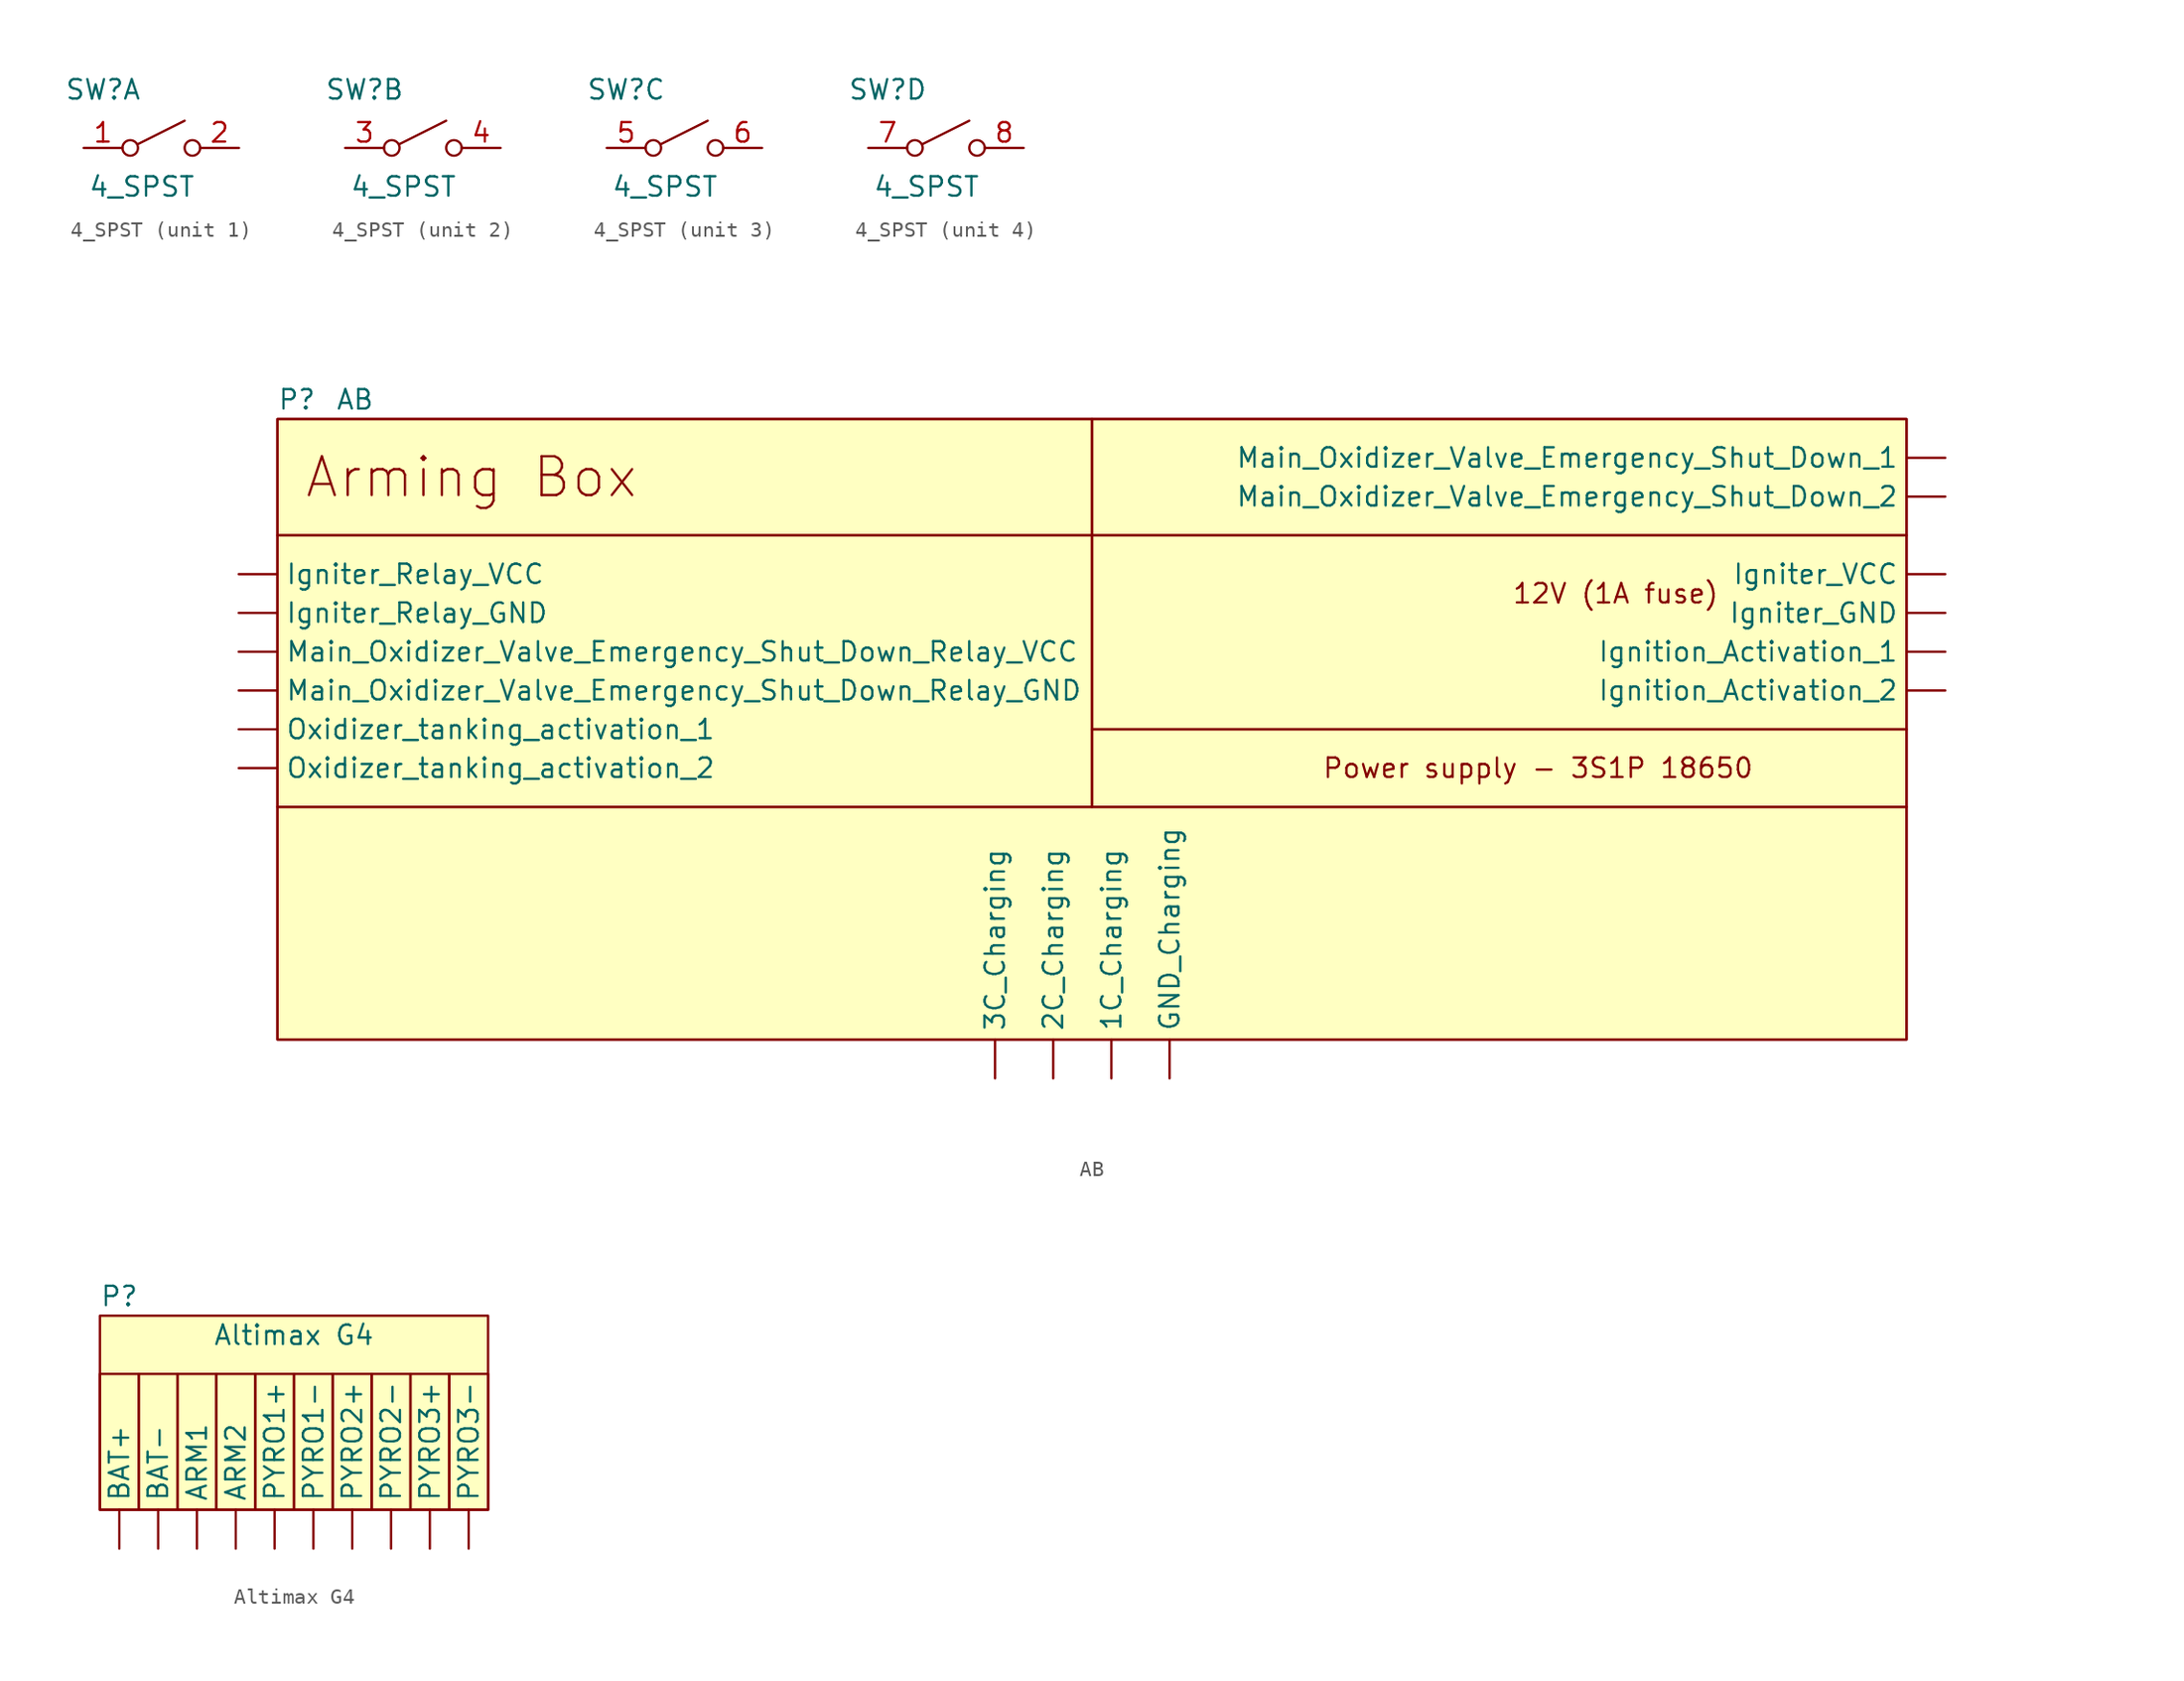
<source format=kicad_sym>
(kicad_symbol_lib
  (version 20211014)
  (generator kicad_symbol_editor)
  (symbol "4_SPST"
    (property "Reference" "SW"
      (at -3.81 3.81 0)
      (effects (font (size 1.27 1.27))))
    (property "Value" "4_SPST"
      (at -1.27 -2.54 0)
      (effects (font (size 1.27 1.27))))
    (symbol "4_SPST_0_0"
      (circle (center -2.032 0) (radius 0.508) (stroke (width 0) (type default) (color 0 0 0 0)) (fill (type none)))
      (polyline (pts (xy -1.524 0.254) (xy 1.524 1.778)) (stroke (width 0) (type default) (color 0 0 0 0)) (fill (type none)))
      (circle (center 2.032 0) (radius 0.508) (stroke (width 0) (type default) (color 0 0 0 0)) (fill (type none))))
    (symbol "4_SPST_1_1"
      (pin passive line (at -5.08 0 0) (length 2.54) (name "~" (effects (font (size 1.27 1.27)))) (number "1" (effects (font (size 1.27 1.27)))))
      (pin passive line (at 5.08 0 180) (length 2.54) (name "~" (effects (font (size 1.27 1.27)))) (number "2" (effects (font (size 1.27 1.27))))))
    (symbol "4_SPST_2_1"
      (pin passive line (at -5.08 0 0) (length 2.54) (name "~" (effects (font (size 1.27 1.27)))) (number "3" (effects (font (size 1.27 1.27)))))
      (pin passive line (at 5.08 0 180) (length 2.54) (name "~" (effects (font (size 1.27 1.27)))) (number "4" (effects (font (size 1.27 1.27))))))
    (symbol "4_SPST_3_1"
      (pin passive line (at -5.08 0 0) (length 2.54) (name "~" (effects (font (size 1.27 1.27)))) (number "5" (effects (font (size 1.27 1.27)))))
      (pin passive line (at 5.08 0 180) (length 2.54) (name "~" (effects (font (size 1.27 1.27)))) (number "6" (effects (font (size 1.27 1.27))))))
    (symbol "4_SPST_4_1"
      (pin passive line (at -5.08 0 0) (length 2.54) (name "~" (effects (font (size 1.27 1.27)))) (number "7" (effects (font (size 1.27 1.27)))))
      (pin passive line (at 5.08 0 180) (length 2.54) (name "~" (effects (font (size 1.27 1.27)))) (number "8" (effects (font (size 1.27 1.27)))))))
  (symbol "AB"
    (property "Reference" "P"
      (at -52.07 21.59 0)
      (effects (font (size 1.27 1.27))))
    (property "Value" "AB"
      (at -48.26 21.59 0)
      (effects (font (size 1.27 1.27))))
    (symbol "AB_0_0"
      (rectangle (start -53.34 -5.08) (end 53.34 -20.32) (stroke (width 0) (type default) (color 0 0 0 0)) (fill (type none)))
      (rectangle (start 0 0) (end 53.34 -5.08) (stroke (width 0) (type default) (color 0 0 0 0)) (fill (type none)))
      (text "12V (1A fuse)" (at 34.29 8.89 0) (effects (font (size 1.27 1.27))))
      (text "Arming Box" (at -40.64 16.51 0) (effects (font (size 2.54 2.54))))
      (text "Power supply - 3S1P 18650" (at 29.21 -2.54 0) (effects (font (size 1.27 1.27)))))
    (symbol "AB_0_1"
      (rectangle (start -53.34 12.7) (end 0 -5.08) (stroke (width 0) (type default) (color 0 0 0 0)) (fill (type none)))
      (rectangle (start -53.34 20.32) (end 0 12.7) (stroke (width 0) (type default) (color 0 0 0 0)) (fill (type none)))
      (rectangle (start -53.34 20.32) (end 53.34 -20.32) (stroke (width 0) (type default) (color 0 0 0 0)) (fill (type background)))
      (rectangle (start 0 12.7) (end 53.34 0) (stroke (width 0) (type default) (color 0 0 0 0)) (fill (type none)))
      (rectangle (start 0 20.32) (end 53.34 12.7) (stroke (width 0) (type default) (color 0 0 0 0)) (fill (type background))))
    (symbol "AB_1_1"
      (pin power_in line (at 1.27 -22.86 90) (length 2.54) (name "1C_Charging" (effects (font (size 1.27 1.27)))) (number "" (effects (font (size 1.27 1.27)))))
      (pin power_in line (at -2.54 -22.86 90) (length 2.54) (name "2C_Charging" (effects (font (size 1.27 1.27)))) (number "" (effects (font (size 1.27 1.27)))))
      (pin power_in line (at -6.35 -22.86 90) (length 2.54) (name "3C_Charging" (effects (font (size 1.27 1.27)))) (number "" (effects (font (size 1.27 1.27)))))
      (pin power_in line (at 5.08 -22.86 90) (length 2.54) (name "GND_Charging" (effects (font (size 1.27 1.27)))) (number "" (effects (font (size 1.27 1.27)))))
      (pin power_out line (at 55.88 7.62 180) (length 2.54) (name "Igniter_GND" (effects (font (size 1.27 1.27)))) (number "" (effects (font (size 1.27 1.27)))))
      (pin power_in line (at -55.88 7.62 0) (length 2.54) (name "Igniter_Relay_GND" (effects (font (size 1.27 1.27)))) (number "" (effects (font (size 1.27 1.27)))))
      (pin power_in line (at -55.88 10.16 0) (length 2.54) (name "Igniter_Relay_VCC" (effects (font (size 1.27 1.27)))) (number "" (effects (font (size 1.27 1.27)))))
      (pin power_out line (at 55.88 10.16 180) (length 2.54) (name "Igniter_VCC" (effects (font (size 1.27 1.27)))) (number "" (effects (font (size 1.27 1.27)))))
      (pin output line (at 55.88 5.08 180) (length 2.54) (name "Ignition_Activation_1" (effects (font (size 1.27 1.27)))) (number "" (effects (font (size 1.27 1.27)))))
      (pin output line (at 55.88 2.54 180) (length 2.54) (name "Ignition_Activation_2" (effects (font (size 1.27 1.27)))) (number "" (effects (font (size 1.27 1.27)))))
      (pin output line (at 55.88 17.78 180) (length 2.54) (name "Main_Oxidizer_Valve_Emergency_Shut_Down_1" (effects (font (size 1.27 1.27)))) (number "" (effects (font (size 1.27 1.27)))))
      (pin output line (at 55.88 15.24 180) (length 2.54) (name "Main_Oxidizer_Valve_Emergency_Shut_Down_2" (effects (font (size 1.27 1.27)))) (number "" (effects (font (size 1.27 1.27)))))
      (pin power_in line (at -55.88 2.54 0) (length 2.54) (name "Main_Oxidizer_Valve_Emergency_Shut_Down_Relay_GND" (effects (font (size 1.27 1.27)))) (number "" (effects (font (size 1.27 1.27)))))
      (pin power_in line (at -55.88 5.08 0) (length 2.54) (name "Main_Oxidizer_Valve_Emergency_Shut_Down_Relay_VCC" (effects (font (size 1.27 1.27)))) (number "" (effects (font (size 1.27 1.27)))))
      (pin output line (at -55.88 0 0) (length 2.54) (name "Oxidizer_tanking_activation_1" (effects (font (size 1.27 1.27)))) (number "" (effects (font (size 1.27 1.27)))))
      (pin output line (at -55.88 -2.54 0) (length 2.54) (name "Oxidizer_tanking_activation_2" (effects (font (size 1.27 1.27)))) (number "" (effects (font (size 1.27 1.27)))))))
  (symbol "Altimax G4"
    (property "Reference" "P"
      (at -11.43 10.16 0)
      (effects (font (size 1.27 1.27))))
    (property "Value" "Altimax G4"
      (at 0 7.62 0)
      (effects (font (size 1.27 1.27))))
    (symbol "Altimax G4_0_1"
      (rectangle (start -12.7 8.89) (end 12.7 -3.81) (stroke (width 0) (type default) (color 0 0 0 0)) (fill (type background)))
      (rectangle (start -10.16 -3.81) (end -12.7 5.08) (stroke (width 0) (type default) (color 0 0 0 0)) (fill (type none)))
      (rectangle (start -7.62 -3.81) (end -10.16 5.08) (stroke (width 0) (type default) (color 0 0 0 0)) (fill (type none)))
      (rectangle (start -5.08 -3.81) (end -7.62 5.08) (stroke (width 0) (type default) (color 0 0 0 0)) (fill (type none)))
      (rectangle (start -2.54 -3.81) (end -5.08 5.08) (stroke (width 0) (type default) (color 0 0 0 0)) (fill (type none)))
      (rectangle (start 0 -3.81) (end -2.54 5.08) (stroke (width 0) (type default) (color 0 0 0 0)) (fill (type none)))
      (rectangle (start 2.54 -3.81) (end 0 5.08) (stroke (width 0) (type default) (color 0 0 0 0)) (fill (type none)))
      (rectangle (start 5.08 -3.81) (end 2.54 5.08) (stroke (width 0) (type default) (color 0 0 0 0)) (fill (type none)))
      (rectangle (start 7.62 -3.81) (end 5.08 5.08) (stroke (width 0) (type default) (color 0 0 0 0)) (fill (type none)))
      (rectangle (start 10.16 -3.81) (end 7.62 5.08) (stroke (width 0) (type default) (color 0 0 0 0)) (fill (type none)))
      (rectangle (start 12.7 -3.81) (end 10.16 5.08) (stroke (width 0) (type default) (color 0 0 0 0)) (fill (type none))))
    (symbol "Altimax G4_1_1"
      (pin power_in line (at -6.35 -6.35 90) (length 2.54) (name "ARM1" (effects (font (size 1.27 1.27)))) (number "" (effects (font (size 1.27 1.27)))))
      (pin power_in line (at -3.81 -6.35 90) (length 2.54) (name "ARM2" (effects (font (size 1.27 1.27)))) (number "" (effects (font (size 1.27 1.27)))))
      (pin power_in line (at -11.43 -6.35 90) (length 2.54) (name "BAT+" (effects (font (size 1.27 1.27)))) (number "" (effects (font (size 1.27 1.27)))))
      (pin power_in line (at -8.89 -6.35 90) (length 2.54) (name "BAT-" (effects (font (size 1.27 1.27)))) (number "" (effects (font (size 1.27 1.27)))))
      (pin power_in line (at -1.27 -6.35 90) (length 2.54) (name "PYRO1+" (effects (font (size 1.27 1.27)))) (number "" (effects (font (size 1.27 1.27)))))
      (pin power_in line (at 1.27 -6.35 90) (length 2.54) (name "PYRO1-" (effects (font (size 1.27 1.27)))) (number "" (effects (font (size 1.27 1.27)))))
      (pin power_in line (at 3.81 -6.35 90) (length 2.54) (name "PYRO2+" (effects (font (size 1.27 1.27)))) (number "" (effects (font (size 1.27 1.27)))))
      (pin power_in line (at 6.35 -6.35 90) (length 2.54) (name "PYRO2-" (effects (font (size 1.27 1.27)))) (number "" (effects (font (size 1.27 1.27)))))
      (pin power_in line (at 8.89 -6.35 90) (length 2.54) (name "PYRO3+" (effects (font (size 1.27 1.27)))) (number "" (effects (font (size 1.27 1.27)))))
      (pin power_in line (at 11.43 -6.35 90) (length 2.54) (name "PYRO3-" (effects (font (size 1.27 1.27)))) (number "" (effects (font (size 1.27 1.27))))))))
</source>
